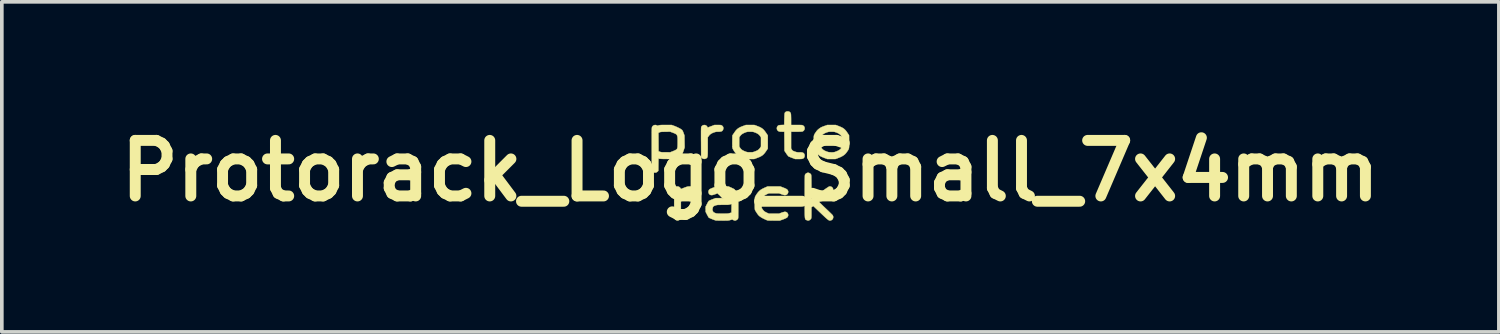
<source format=kicad_pcb>
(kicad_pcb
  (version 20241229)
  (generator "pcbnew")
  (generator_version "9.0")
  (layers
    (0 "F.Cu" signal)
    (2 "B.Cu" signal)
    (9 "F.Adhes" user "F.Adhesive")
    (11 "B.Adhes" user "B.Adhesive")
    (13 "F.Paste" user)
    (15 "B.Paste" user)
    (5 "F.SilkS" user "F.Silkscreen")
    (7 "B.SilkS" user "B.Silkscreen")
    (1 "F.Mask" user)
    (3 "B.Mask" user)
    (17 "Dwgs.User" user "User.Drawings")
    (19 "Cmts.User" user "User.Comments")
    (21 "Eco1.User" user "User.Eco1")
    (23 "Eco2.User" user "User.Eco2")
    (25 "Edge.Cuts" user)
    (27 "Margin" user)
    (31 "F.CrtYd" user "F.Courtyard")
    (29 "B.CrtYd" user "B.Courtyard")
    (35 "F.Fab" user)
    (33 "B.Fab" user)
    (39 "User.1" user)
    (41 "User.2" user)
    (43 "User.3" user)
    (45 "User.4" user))
  (footprint "Protorack_Logo_Small_7x4mm"
    (layer "F.Cu")
    (at 17.533 1.636)
    (property "Reference" "Protorack_Logo_Small_7x4mm" (at 0 0 0) (layer "F.SilkS") (effects (font (size 1.524 1.524) (thickness 0.3))))
    (attr board_only exclude_from_pos_files exclude_from_bom allow_missing_courtyard)
    (fp_poly (pts (xy -0.894 -1.257) (xy -0.857 -1.257) (xy -0.83 -1.256) (xy -0.811 -1.255) (xy -0.798 -1.252) (xy -0.788 -1.248) (xy -0.783 -1.245) (xy -0.757 -1.223) (xy -0.742 -1.195) (xy -0.739 -1.163) (xy -0.748 -1.129) (xy -0.748 -1.128) (xy -0.76 -1.107) (xy -0.776 -1.091) (xy -0.798 -1.081) (xy -0.828 -1.075) (xy -0.867 -1.073) (xy -0.879 -1.073) (xy -0.911 -1.073) (xy -0.936 -1.071) (xy -0.959 -1.066) (xy -0.983 -1.059) (xy -1.001 -1.053) (xy -1.047 -1.034) (xy -1.084 -1.013) (xy -1.113 -0.989) (xy -1.139 -0.959) (xy -1.141 -0.955) (xy -1.168 -0.918) (xy -1.168 -0.658) (xy -1.168 -0.59) (xy -1.169 -0.534) (xy -1.169 -0.488) (xy -1.17 -0.451) (xy -1.172 -0.421) (xy -1.174 -0.399) (xy -1.177 -0.382) (xy -1.182 -0.37) (xy -1.187 -0.36) (xy -1.194 -0.353) (xy -1.202 -0.346) (xy -1.208 -0.342) (xy -1.233 -0.33) (xy -1.263 -0.326) (xy -1.291 -0.33) (xy -1.299 -0.332) (xy -1.317 -0.344) (xy -1.333 -0.358) (xy -1.333 -0.358) (xy -1.349 -0.376) (xy -1.351 -0.783) (xy -1.352 -0.866) (xy -1.352 -0.936) (xy -1.352 -0.996) (xy -1.352 -1.046) (xy -1.352 -1.088) (xy -1.351 -1.121) (xy -1.351 -1.147) (xy -1.35 -1.167) (xy -1.349 -1.183) (xy -1.348 -1.194) (xy -1.346 -1.202) (xy -1.344 -1.208) (xy -1.342 -1.211) (xy -1.323 -1.235) (xy -1.298 -1.25) (xy -1.27 -1.257) (xy -1.24 -1.255) (xy -1.213 -1.244) (xy -1.191 -1.224) (xy -1.181 -1.208) (xy -1.172 -1.193) (xy -1.162 -1.19) (xy -1.153 -1.193) (xy -1.134 -1.2) (xy -1.109 -1.21) (xy -1.079 -1.221) (xy -1.068 -1.225) (xy -0.984 -1.257) (xy -0.894 -1.257)) (stroke (width 0.01) (type solid)) (fill yes) (layer "F.SilkS"))
    (fp_poly (pts (xy -1.578 0.426) (xy -1.558 0.428) (xy -1.542 0.432) (xy -1.533 0.435) (xy -1.505 0.451) (xy -1.486 0.475) (xy -1.476 0.502) (xy -1.475 0.532) (xy -1.482 0.56) (xy -1.5 0.585) (xy -1.518 0.6) (xy -1.531 0.606) (xy -1.546 0.61) (xy -1.568 0.613) (xy -1.598 0.614) (xy -1.613 0.615) (xy -1.648 0.616) (xy -1.675 0.619) (xy -1.699 0.623) (xy -1.723 0.631) (xy -1.74 0.637) (xy -1.787 0.656) (xy -1.824 0.679) (xy -1.854 0.706) (xy -1.879 0.739) (xy -1.905 0.779) (xy -1.905 1.039) (xy -1.905 1.103) (xy -1.905 1.156) (xy -1.905 1.199) (xy -1.906 1.233) (xy -1.907 1.259) (xy -1.908 1.278) (xy -1.909 1.292) (xy -1.911 1.303) (xy -1.913 1.31) (xy -1.916 1.316) (xy -1.918 1.32) (xy -1.934 1.337) (xy -1.956 1.352) (xy -1.981 1.362) (xy -1.997 1.365) (xy -2.01 1.362) (xy -2.029 1.356) (xy -2.037 1.352) (xy -2.064 1.332) (xy -2.077 1.314) (xy -2.079 1.308) (xy -2.081 1.302) (xy -2.083 1.294) (xy -2.085 1.284) (xy -2.086 1.27) (xy -2.087 1.251) (xy -2.088 1.226) (xy -2.088 1.194) (xy -2.089 1.155) (xy -2.089 1.108) (xy -2.089 1.05) (xy -2.089 0.982) (xy -2.089 0.903) (xy -2.089 0.895) (xy -2.089 0.814) (xy -2.089 0.745) (xy -2.089 0.687) (xy -2.089 0.639) (xy -2.088 0.599) (xy -2.088 0.567) (xy -2.087 0.542) (xy -2.086 0.523) (xy -2.085 0.508) (xy -2.084 0.498) (xy -2.082 0.49) (xy -2.08 0.484) (xy -2.077 0.479) (xy -2.076 0.477) (xy -2.055 0.451) (xy -2.027 0.434) (xy -2.007 0.429) (xy -1.981 0.43) (xy -1.954 0.44) (xy -1.93 0.458) (xy -1.915 0.477) (xy -1.903 0.499) (xy -1.814 0.464) (xy -1.779 0.451) (xy -1.753 0.442) (xy -1.732 0.435) (xy -1.712 0.431) (xy -1.691 0.429) (xy -1.665 0.428) (xy -1.643 0.427) (xy -1.605 0.426) (xy -1.578 0.426)) (stroke (width 0.01) (type solid)) (fill yes) (layer "F.SilkS"))
    (fp_poly (pts (xy 0.907 0.462) (xy 0.944 0.476) (xy 0.975 0.491) (xy 0.998 0.503) (xy 1.01 0.512) (xy 1.03 0.538) (xy 1.039 0.567) (xy 1.037 0.596) (xy 1.027 0.622) (xy 1.009 0.645) (xy 0.983 0.66) (xy 0.952 0.667) (xy 0.948 0.667) (xy 0.929 0.664) (xy 0.901 0.657) (xy 0.868 0.647) (xy 0.853 0.641) (xy 0.786 0.616) (xy 0.648 0.616) (xy 0.51 0.616) (xy 0.463 0.636) (xy 0.416 0.66) (xy 0.378 0.686) (xy 0.348 0.717) (xy 0.335 0.735) (xy 0.311 0.772) (xy 0.311 1.018) (xy 0.337 1.058) (xy 0.357 1.085) (xy 0.38 1.108) (xy 0.408 1.127) (xy 0.445 1.146) (xy 0.462 1.154) (xy 0.51 1.175) (xy 0.787 1.175) (xy 0.855 1.149) (xy 0.887 1.138) (xy 0.917 1.13) (xy 0.94 1.125) (xy 0.949 1.124) (xy 0.981 1.129) (xy 1.007 1.144) (xy 1.025 1.166) (xy 1.036 1.192) (xy 1.039 1.22) (xy 1.031 1.249) (xy 1.014 1.275) (xy 1.007 1.281) (xy 0.992 1.291) (xy 0.966 1.304) (xy 0.932 1.319) (xy 0.897 1.332) (xy 0.806 1.365) (xy 0.646 1.365) (xy 0.602 1.364) (xy 0.561 1.364) (xy 0.527 1.363) (xy 0.5 1.363) (xy 0.482 1.362) (xy 0.476 1.361) (xy 0.433 1.345) (xy 0.388 1.324) (xy 0.343 1.302) (xy 0.303 1.28) (xy 0.275 1.261) (xy 0.25 1.243) (xy 0.231 1.226) (xy 0.215 1.207) (xy 0.197 1.184) (xy 0.178 1.156) (xy 0.161 1.129) (xy 0.145 1.104) (xy 0.134 1.084) (xy 0.127 1.071) (xy 0.127 1.071) (xy 0.125 1.058) (xy 0.123 1.034) (xy 0.121 1.002) (xy 0.121 0.964) (xy 0.12 0.923) (xy 0.12 0.879) (xy 0.121 0.837) (xy 0.122 0.798) (xy 0.124 0.763) (xy 0.126 0.736) (xy 0.128 0.719) (xy 0.129 0.715) (xy 0.137 0.701) (xy 0.149 0.68) (xy 0.165 0.655) (xy 0.18 0.631) (xy 0.211 0.59) (xy 0.243 0.555) (xy 0.279 0.525) (xy 0.323 0.498) (xy 0.375 0.472) (xy 0.396 0.463) (xy 0.473 0.429) (xy 0.822 0.429) (xy 0.907 0.462)) (stroke (width 0.01) (type solid)) (fill yes) (layer "F.SilkS"))
    (fp_poly (pts (xy 0.197 -1.225) (xy 0.25 -1.204) (xy 0.293 -1.182) (xy 0.329 -1.159) (xy 0.361 -1.131) (xy 0.391 -1.097) (xy 0.422 -1.055) (xy 0.429 -1.045) (xy 0.479 -0.97) (xy 0.479 -0.611) (xy 0.43 -0.537) (xy 0.399 -0.494) (xy 0.369 -0.459) (xy 0.338 -0.43) (xy 0.302 -0.406) (xy 0.259 -0.383) (xy 0.207 -0.362) (xy 0.193 -0.357) (xy 0.104 -0.324) (xy -0.007 -0.324) (xy -0.117 -0.324) (xy -0.206 -0.358) (xy -0.263 -0.381) (xy -0.309 -0.404) (xy -0.348 -0.429) (xy -0.381 -0.459) (xy -0.412 -0.494) (xy -0.439 -0.532) (xy -0.457 -0.56) (xy -0.472 -0.586) (xy -0.484 -0.608) (xy -0.489 -0.621) (xy -0.492 -0.637) (xy -0.493 -0.664) (xy -0.494 -0.704) (xy -0.495 -0.754) (xy -0.494 -0.807) (xy -0.493 -0.918) (xy -0.305 -0.918) (xy -0.305 -0.666) (xy -0.28 -0.629) (xy -0.259 -0.602) (xy -0.238 -0.581) (xy -0.211 -0.563) (xy -0.178 -0.546) (xy -0.147 -0.533) (xy -0.12 -0.523) (xy -0.099 -0.516) (xy -0.079 -0.512) (xy -0.057 -0.51) (xy -0.029 -0.509) (xy -0.01 -0.509) (xy 0.023 -0.509) (xy 0.048 -0.509) (xy 0.068 -0.512) (xy 0.087 -0.517) (xy 0.11 -0.525) (xy 0.131 -0.533) (xy 0.172 -0.549) (xy 0.204 -0.566) (xy 0.228 -0.584) (xy 0.249 -0.605) (xy 0.267 -0.629) (xy 0.292 -0.666) (xy 0.292 -0.917) (xy 0.269 -0.952) (xy 0.246 -0.982) (xy 0.219 -1.006) (xy 0.186 -1.027) (xy 0.143 -1.047) (xy 0.132 -1.051) (xy 0.106 -1.06) (xy 0.086 -1.067) (xy 0.067 -1.07) (xy 0.045 -1.072) (xy 0.017 -1.073) (xy -0.006 -1.073) (xy -0.04 -1.073) (xy -0.065 -1.072) (xy -0.085 -1.069) (xy -0.104 -1.065) (xy -0.125 -1.058) (xy -0.146 -1.05) (xy -0.193 -1.029) (xy -0.229 -1.007) (xy -0.259 -0.981) (xy -0.283 -0.95) (xy -0.305 -0.918) (xy -0.493 -0.918) (xy -0.492 -0.97) (xy -0.441 -1.045) (xy -0.41 -1.09) (xy -0.38 -1.125) (xy -0.348 -1.154) (xy -0.313 -1.178) (xy -0.272 -1.2) (xy -0.221 -1.221) (xy -0.21 -1.225) (xy -0.123 -1.257) (xy 0.11 -1.257) (xy 0.197 -1.225)) (stroke (width 0.01) (type solid)) (fill yes) (layer "F.SilkS"))
    (fp_poly (pts (xy 1.059 -1.626) (xy 1.082 -1.614) (xy 1.084 -1.612) (xy 1.094 -1.602) (xy 1.102 -1.592) (xy 1.108 -1.579) (xy 1.112 -1.562) (xy 1.115 -1.54) (xy 1.116 -1.511) (xy 1.117 -1.473) (xy 1.118 -1.424) (xy 1.118 -1.407) (xy 1.118 -1.257) (xy 1.272 -1.257) (xy 1.32 -1.257) (xy 1.358 -1.257) (xy 1.386 -1.256) (xy 1.407 -1.255) (xy 1.422 -1.254) (xy 1.432 -1.251) (xy 1.44 -1.248) (xy 1.446 -1.245) (xy 1.472 -1.222) (xy 1.487 -1.195) (xy 1.49 -1.162) (xy 1.49 -1.16) (xy 1.482 -1.126) (xy 1.464 -1.101) (xy 1.441 -1.084) (xy 1.433 -1.081) (xy 1.422 -1.078) (xy 1.408 -1.076) (xy 1.388 -1.075) (xy 1.36 -1.074) (xy 1.324 -1.073) (xy 1.277 -1.073) (xy 1.268 -1.073) (xy 1.118 -1.073) (xy 1.118 -0.613) (xy 1.139 -0.581) (xy 1.15 -0.566) (xy 1.161 -0.555) (xy 1.175 -0.546) (xy 1.195 -0.537) (xy 1.217 -0.529) (xy 1.242 -0.52) (xy 1.263 -0.514) (xy 1.283 -0.51) (xy 1.306 -0.508) (xy 1.337 -0.508) (xy 1.349 -0.508) (xy 1.39 -0.507) (xy 1.42 -0.504) (xy 1.442 -0.498) (xy 1.459 -0.488) (xy 1.473 -0.473) (xy 1.48 -0.462) (xy 1.489 -0.437) (xy 1.49 -0.408) (xy 1.484 -0.38) (xy 1.475 -0.363) (xy 1.463 -0.349) (xy 1.45 -0.339) (xy 1.432 -0.332) (xy 1.409 -0.327) (xy 1.377 -0.325) (xy 1.336 -0.324) (xy 1.324 -0.324) (xy 1.229 -0.324) (xy 1.146 -0.356) (xy 1.115 -0.368) (xy 1.087 -0.379) (xy 1.065 -0.388) (xy 1.051 -0.394) (xy 1.05 -0.395) (xy 1.041 -0.402) (xy 1.028 -0.419) (xy 1.01 -0.441) (xy 0.991 -0.468) (xy 0.986 -0.476) (xy 0.937 -0.549) (xy 0.935 -0.811) (xy 0.933 -1.073) (xy 0.866 -1.073) (xy 0.834 -1.074) (xy 0.81 -1.075) (xy 0.793 -1.079) (xy 0.778 -1.084) (xy 0.774 -1.086) (xy 0.749 -1.105) (xy 0.733 -1.131) (xy 0.727 -1.161) (xy 0.73 -1.192) (xy 0.744 -1.221) (xy 0.755 -1.234) (xy 0.768 -1.244) (xy 0.784 -1.25) (xy 0.808 -1.254) (xy 0.84 -1.256) (xy 0.857 -1.257) (xy 0.93 -1.26) (xy 0.933 -1.419) (xy 0.935 -1.471) (xy 0.936 -1.512) (xy 0.938 -1.543) (xy 0.94 -1.567) (xy 0.944 -1.584) (xy 0.949 -1.596) (xy 0.956 -1.605) (xy 0.965 -1.613) (xy 0.977 -1.62) (xy 1.002 -1.63) (xy 1.031 -1.631) (xy 1.059 -1.626)) (stroke (width 0.01) (type solid)) (fill yes) (layer "F.SilkS"))
    (fp_poly (pts (xy 2.43 -1.224) (xy 2.483 -1.202) (xy 2.526 -1.181) (xy 2.561 -1.159) (xy 2.592 -1.132) (xy 2.621 -1.101) (xy 2.65 -1.061) (xy 2.659 -1.048) (xy 2.708 -0.975) (xy 2.71 -0.803) (xy 2.711 -0.749) (xy 2.711 -0.706) (xy 2.71 -0.671) (xy 2.708 -0.644) (xy 2.705 -0.621) (xy 2.699 -0.602) (xy 2.691 -0.584) (xy 2.681 -0.566) (xy 2.667 -0.545) (xy 2.652 -0.524) (xy 2.621 -0.482) (xy 2.587 -0.447) (xy 2.548 -0.418) (xy 2.503 -0.392) (xy 2.449 -0.367) (xy 2.422 -0.357) (xy 2.334 -0.324) (xy 2.223 -0.324) (xy 2.111 -0.324) (xy 2.022 -0.358) (xy 1.97 -0.379) (xy 1.927 -0.399) (xy 1.891 -0.421) (xy 1.86 -0.447) (xy 1.832 -0.478) (xy 1.803 -0.516) (xy 1.79 -0.536) (xy 1.74 -0.611) (xy 1.74 -0.671) (xy 1.924 -0.671) (xy 1.95 -0.632) (xy 1.97 -0.604) (xy 1.994 -0.581) (xy 2.023 -0.561) (xy 2.059 -0.543) (xy 2.089 -0.531) (xy 2.116 -0.521) (xy 2.138 -0.515) (xy 2.158 -0.511) (xy 2.181 -0.509) (xy 2.211 -0.508) (xy 2.224 -0.508) (xy 2.256 -0.508) (xy 2.281 -0.509) (xy 2.3 -0.512) (xy 2.32 -0.517) (xy 2.344 -0.526) (xy 2.363 -0.533) (xy 2.405 -0.551) (xy 2.437 -0.569) (xy 2.463 -0.589) (xy 2.486 -0.613) (xy 2.502 -0.635) (xy 2.527 -0.672) (xy 2.527 -0.908) (xy 2.5 -0.95) (xy 2.478 -0.979) (xy 2.454 -1.002) (xy 2.427 -1.021) (xy 2.392 -1.039) (xy 2.363 -1.051) (xy 2.337 -1.06) (xy 2.317 -1.067) (xy 2.298 -1.07) (xy 2.276 -1.072) (xy 2.248 -1.073) (xy 2.226 -1.073) (xy 2.191 -1.073) (xy 2.166 -1.072) (xy 2.145 -1.069) (xy 2.125 -1.064) (xy 2.103 -1.057) (xy 2.092 -1.053) (xy 2.045 -1.034) (xy 2.009 -1.013) (xy 1.979 -0.989) (xy 1.954 -0.959) (xy 1.951 -0.955) (xy 1.924 -0.918) (xy 1.924 -0.671) (xy 1.74 -0.671) (xy 1.74 -0.788) (xy 1.74 -0.841) (xy 1.74 -0.883) (xy 1.741 -0.916) (xy 1.742 -0.943) (xy 1.745 -0.963) (xy 1.75 -0.981) (xy 1.757 -0.997) (xy 1.766 -1.014) (xy 1.779 -1.033) (xy 1.794 -1.056) (xy 1.798 -1.062) (xy 1.823 -1.096) (xy 1.847 -1.123) (xy 1.874 -1.146) (xy 1.881 -1.152) (xy 1.903 -1.167) (xy 1.92 -1.179) (xy 1.935 -1.189) (xy 1.951 -1.197) (xy 1.971 -1.206) (xy 1.998 -1.216) (xy 2.032 -1.229) (xy 2.109 -1.257) (xy 2.342 -1.257) (xy 2.43 -1.224)) (stroke (width 0.01) (type solid)) (fill yes) (layer "F.SilkS"))
    (fp_poly (pts (xy -2.073 -1.226) (xy -2.03 -1.208) (xy -1.987 -1.188) (xy -1.946 -1.168) (xy -1.911 -1.148) (xy -1.884 -1.129) (xy -1.868 -1.115) (xy -1.86 -1.103) (xy -1.85 -1.083) (xy -1.839 -1.056) (xy -1.831 -1.035) (xy -1.807 -0.968) (xy -1.805 -0.806) (xy -1.802 -0.644) (xy -1.828 -0.565) (xy -1.839 -0.534) (xy -1.849 -0.506) (xy -1.857 -0.485) (xy -1.863 -0.473) (xy -1.863 -0.472) (xy -1.876 -0.46) (xy -1.899 -0.444) (xy -1.93 -0.425) (xy -1.966 -0.406) (xy -2.005 -0.387) (xy -2.045 -0.369) (xy -2.08 -0.355) (xy -2.167 -0.323) (xy -2.33 -0.326) (xy -2.375 -0.326) (xy -2.416 -0.327) (xy -2.452 -0.329) (xy -2.48 -0.33) (xy -2.499 -0.332) (xy -2.506 -0.333) (xy -2.52 -0.338) (xy -2.524 -0.001) (xy -2.54 0.016) (xy -2.569 0.039) (xy -2.599 0.05) (xy -2.632 0.048) (xy -2.653 0.04) (xy -2.671 0.028) (xy -2.687 0.011) (xy -2.688 0.01) (xy -2.702 -0.01) (xy -2.704 -0.597) (xy -2.704 -0.697) (xy -2.704 -0.785) (xy -2.704 -0.862) (xy -2.704 -0.928) (xy -2.704 -0.985) (xy -2.704 -1.034) (xy -2.704 -1.042) (xy -2.521 -1.042) (xy -2.519 -0.79) (xy -2.518 -0.537) (xy -2.483 -0.523) (xy -2.47 -0.518) (xy -2.456 -0.515) (xy -2.441 -0.512) (xy -2.421 -0.51) (xy -2.394 -0.509) (xy -2.359 -0.509) (xy -2.324 -0.509) (xy -2.2 -0.508) (xy -2.14 -0.531) (xy -2.11 -0.543) (xy -2.08 -0.556) (xy -2.055 -0.568) (xy -2.047 -0.572) (xy -2.032 -0.582) (xy -2.02 -0.592) (xy -2.01 -0.604) (xy -2.004 -0.62) (xy -1.999 -0.642) (xy -1.996 -0.67) (xy -1.995 -0.707) (xy -1.994 -0.754) (xy -1.994 -0.791) (xy -1.994 -0.847) (xy -1.995 -0.893) (xy -1.998 -0.929) (xy -2.004 -0.957) (xy -2.013 -0.979) (xy -2.026 -0.996) (xy -2.045 -1.011) (xy -2.07 -1.024) (xy -2.101 -1.037) (xy -2.132 -1.049) (xy -2.199 -1.074) (xy -2.33 -1.072) (xy -2.375 -1.071) (xy -2.409 -1.07) (xy -2.434 -1.069) (xy -2.453 -1.067) (xy -2.468 -1.064) (xy -2.479 -1.061) (xy -2.491 -1.056) (xy -2.491 -1.056) (xy -2.521 -1.042) (xy -2.704 -1.042) (xy -2.704 -1.074) (xy -2.703 -1.107) (xy -2.703 -1.134) (xy -2.702 -1.155) (xy -2.701 -1.171) (xy -2.7 -1.184) (xy -2.698 -1.193) (xy -2.697 -1.199) (xy -2.695 -1.204) (xy -2.694 -1.206) (xy -2.675 -1.231) (xy -2.649 -1.249) (xy -2.619 -1.257) (xy -2.588 -1.256) (xy -2.565 -1.246) (xy -2.553 -1.24) (xy -2.543 -1.239) (xy -2.529 -1.242) (xy -2.515 -1.246) (xy -2.504 -1.25) (xy -2.49 -1.252) (xy -2.473 -1.254) (xy -2.45 -1.256) (xy -2.42 -1.257) (xy -2.381 -1.257) (xy -2.331 -1.257) (xy -2.321 -1.257) (xy -2.158 -1.257) (xy -2.073 -1.226)) (stroke (width 0.01) (type solid)) (fill yes) (layer "F.SilkS"))
    (fp_poly (pts (xy 1.597 0.054) (xy 1.623 0.063) (xy 1.647 0.079) (xy 1.659 0.091) (xy 1.662 0.096) (xy 1.665 0.101) (xy 1.667 0.107) (xy 1.669 0.116) (xy 1.67 0.129) (xy 1.672 0.146) (xy 1.673 0.169) (xy 1.673 0.198) (xy 1.674 0.236) (xy 1.675 0.283) (xy 1.675 0.34) (xy 1.676 0.407) (xy 1.676 0.44) (xy 1.68 0.769) (xy 1.913 0.601) (xy 1.968 0.561) (xy 2.019 0.526) (xy 2.063 0.495) (xy 2.101 0.469) (xy 2.131 0.45) (xy 2.152 0.436) (xy 2.164 0.43) (xy 2.166 0.429) (xy 2.198 0.429) (xy 2.226 0.438) (xy 2.249 0.456) (xy 2.265 0.48) (xy 2.274 0.508) (xy 2.273 0.539) (xy 2.262 0.569) (xy 2.258 0.574) (xy 2.251 0.581) (xy 2.235 0.595) (xy 2.21 0.613) (xy 2.18 0.637) (xy 2.144 0.663) (xy 2.103 0.693) (xy 2.069 0.718) (xy 2.027 0.748) (xy 1.988 0.776) (xy 1.953 0.8) (xy 1.925 0.821) (xy 1.903 0.837) (xy 1.889 0.847) (xy 1.885 0.85) (xy 1.888 0.855) (xy 1.9 0.868) (xy 1.919 0.888) (xy 1.945 0.913) (xy 1.976 0.944) (xy 2.011 0.978) (xy 2.051 1.016) (xy 2.068 1.032) (xy 2.108 1.07) (xy 2.147 1.107) (xy 2.181 1.14) (xy 2.211 1.169) (xy 2.235 1.193) (xy 2.251 1.21) (xy 2.261 1.22) (xy 2.262 1.221) (xy 2.273 1.253) (xy 2.273 1.285) (xy 2.264 1.315) (xy 2.246 1.339) (xy 2.22 1.356) (xy 2.209 1.359) (xy 2.197 1.362) (xy 2.186 1.364) (xy 2.175 1.363) (xy 2.163 1.36) (xy 2.149 1.353) (xy 2.132 1.342) (xy 2.112 1.326) (xy 2.087 1.305) (xy 2.057 1.278) (xy 2.02 1.243) (xy 1.976 1.202) (xy 1.931 1.159) (xy 1.727 0.965) (xy 1.702 0.982) (xy 1.676 0.999) (xy 1.676 1.146) (xy 1.676 1.193) (xy 1.676 1.23) (xy 1.675 1.258) (xy 1.674 1.279) (xy 1.672 1.293) (xy 1.669 1.304) (xy 1.666 1.313) (xy 1.665 1.315) (xy 1.651 1.332) (xy 1.629 1.349) (xy 1.605 1.361) (xy 1.584 1.365) (xy 1.571 1.362) (xy 1.552 1.355) (xy 1.543 1.351) (xy 1.534 1.347) (xy 1.527 1.344) (xy 1.521 1.34) (xy 1.515 1.335) (xy 1.51 1.329) (xy 1.506 1.32) (xy 1.503 1.308) (xy 1.5 1.292) (xy 1.497 1.271) (xy 1.496 1.244) (xy 1.494 1.211) (xy 1.493 1.171) (xy 1.493 1.123) (xy 1.492 1.066) (xy 1.492 1) (xy 1.492 0.924) (xy 1.492 0.836) (xy 1.492 0.737) (xy 1.492 0.709) (xy 1.492 0.608) (xy 1.492 0.519) (xy 1.493 0.44) (xy 1.493 0.373) (xy 1.493 0.314) (xy 1.493 0.265) (xy 1.494 0.224) (xy 1.495 0.191) (xy 1.495 0.164) (xy 1.496 0.143) (xy 1.497 0.127) (xy 1.499 0.116) (xy 1.5 0.108) (xy 1.501 0.105) (xy 1.517 0.083) (xy 1.541 0.065) (xy 1.57 0.054) (xy 1.572 0.054) (xy 1.597 0.054)) (stroke (width 0.01) (type solid)) (fill yes) (layer "F.SilkS"))
    (fp_poly (pts (xy -0.524 0.462) (xy -0.494 0.476) (xy -0.468 0.489) (xy -0.448 0.499) (xy -0.436 0.506) (xy -0.436 0.507) (xy -0.427 0.517) (xy -0.413 0.535) (xy -0.396 0.559) (xy -0.379 0.584) (xy -0.362 0.61) (xy -0.349 0.632) (xy -0.341 0.646) (xy -0.338 0.652) (xy -0.336 0.659) (xy -0.335 0.67) (xy -0.333 0.686) (xy -0.332 0.706) (xy -0.331 0.733) (xy -0.331 0.768) (xy -0.331 0.811) (xy -0.33 0.864) (xy -0.33 0.927) (xy -0.33 0.982) (xy -0.33 1.054) (xy -0.33 1.114) (xy -0.331 1.163) (xy -0.331 1.204) (xy -0.331 1.235) (xy -0.332 1.26) (xy -0.333 1.279) (xy -0.334 1.293) (xy -0.336 1.303) (xy -0.338 1.31) (xy -0.341 1.315) (xy -0.343 1.32) (xy -0.359 1.337) (xy -0.382 1.352) (xy -0.407 1.363) (xy -0.423 1.365) (xy -0.436 1.362) (xy -0.455 1.355) (xy -0.467 1.35) (xy -0.497 1.334) (xy -0.551 1.35) (xy -0.568 1.354) (xy -0.583 1.358) (xy -0.599 1.361) (xy -0.617 1.363) (xy -0.639 1.364) (xy -0.667 1.364) (xy -0.704 1.365) (xy -0.75 1.365) (xy -0.771 1.365) (xy -0.816 1.364) (xy -0.857 1.364) (xy -0.893 1.363) (xy -0.922 1.362) (xy -0.941 1.361) (xy -0.949 1.361) (xy -0.966 1.355) (xy -0.99 1.347) (xy -1.019 1.336) (xy -1.05 1.324) (xy -1.079 1.312) (xy -1.106 1.3) (xy -1.126 1.291) (xy -1.138 1.285) (xy -1.139 1.284) (xy -1.146 1.274) (xy -1.157 1.256) (xy -1.171 1.231) (xy -1.186 1.202) (xy -1.188 1.199) (xy -1.226 1.124) (xy -1.226 1.073) (xy -1.039 1.073) (xy -1.027 1.11) (xy -1.026 1.111) (xy -1.017 1.126) (xy -1.006 1.137) (xy -0.991 1.146) (xy -0.968 1.156) (xy -0.954 1.162) (xy -0.941 1.166) (xy -0.929 1.169) (xy -0.914 1.171) (xy -0.894 1.172) (xy -0.869 1.173) (xy -0.836 1.174) (xy -0.792 1.174) (xy -0.768 1.174) (xy -0.719 1.174) (xy -0.681 1.174) (xy -0.651 1.173) (xy -0.628 1.172) (xy -0.609 1.17) (xy -0.594 1.168) (xy -0.579 1.164) (xy -0.565 1.16) (xy -0.518 1.146) (xy -0.516 1.027) (xy -0.515 0.99) (xy -0.515 0.957) (xy -0.515 0.931) (xy -0.515 0.914) (xy -0.516 0.908) (xy -0.516 0.908) (xy -0.522 0.91) (xy -0.537 0.915) (xy -0.558 0.921) (xy -0.572 0.925) (xy -0.586 0.928) (xy -0.603 0.93) (xy -0.624 0.932) (xy -0.652 0.933) (xy -0.687 0.933) (xy -0.733 0.933) (xy -0.755 0.933) (xy -0.803 0.933) (xy -0.841 0.934) (xy -0.87 0.934) (xy -0.893 0.935) (xy -0.91 0.937) (xy -0.925 0.94) (xy -0.938 0.943) (xy -0.953 0.948) (xy -0.961 0.951) (xy -0.986 0.96) (xy -1.002 0.968) (xy -1.013 0.976) (xy -1.021 0.988) (xy -1.026 0.998) (xy -1.039 1.036) (xy -1.039 1.073) (xy -1.226 1.073) (xy -1.226 0.984) (xy -1.187 0.908) (xy -1.17 0.875) (xy -1.154 0.848) (xy -1.141 0.829) (xy -1.134 0.822) (xy -1.122 0.816) (xy -1.101 0.807) (xy -1.074 0.795) (xy -1.042 0.783) (xy -1.035 0.78) (xy -0.952 0.749) (xy -0.793 0.749) (xy -0.743 0.749) (xy -0.704 0.749) (xy -0.674 0.748) (xy -0.651 0.747) (xy -0.632 0.745) (xy -0.616 0.743) (xy -0.6 0.739) (xy -0.583 0.734) (xy -0.577 0.732) (xy -0.552 0.725) (xy -0.533 0.718) (xy -0.522 0.713) (xy -0.521 0.712) (xy -0.524 0.705) (xy -0.532 0.691) (xy -0.539 0.68) (xy -0.553 0.663) (xy -0.569 0.649) (xy -0.593 0.637) (xy -0.6 0.634) (xy -0.615 0.628) (xy -0.628 0.623) (xy -0.641 0.62) (xy -0.657 0.618) (xy -0.677 0.617) (xy -0.704 0.616) (xy -0.74 0.616) (xy -0.771 0.616) (xy -0.899 0.616) (xy -0.965 0.641) (xy -1.009 0.656) (xy -1.044 0.665) (xy -1.072 0.666) (xy -1.095 0.661) (xy -1.105 0.657) (xy -1.128 0.639) (xy -1.143 0.613) (xy -1.149 0.584) (xy -1.147 0.554) (xy -1.135 0.526) (xy -1.12 0.507) (xy -1.11 0.501) (xy -1.09 0.492) (xy -1.064 0.48) (xy -1.033 0.468) (xy -1.019 0.462) (xy -0.93 0.429) (xy -0.6 0.429) (xy -0.524 0.462)) (stroke (width 0.01) (type solid)) (fill yes) (layer "F.SilkS")))
  (gr_rect
    (start -3 -3)
    (end 38.067 6.055)
    (stroke (width 0.1) (type default))
    (fill no)
    (layer "Edge.Cuts")))
</source>
